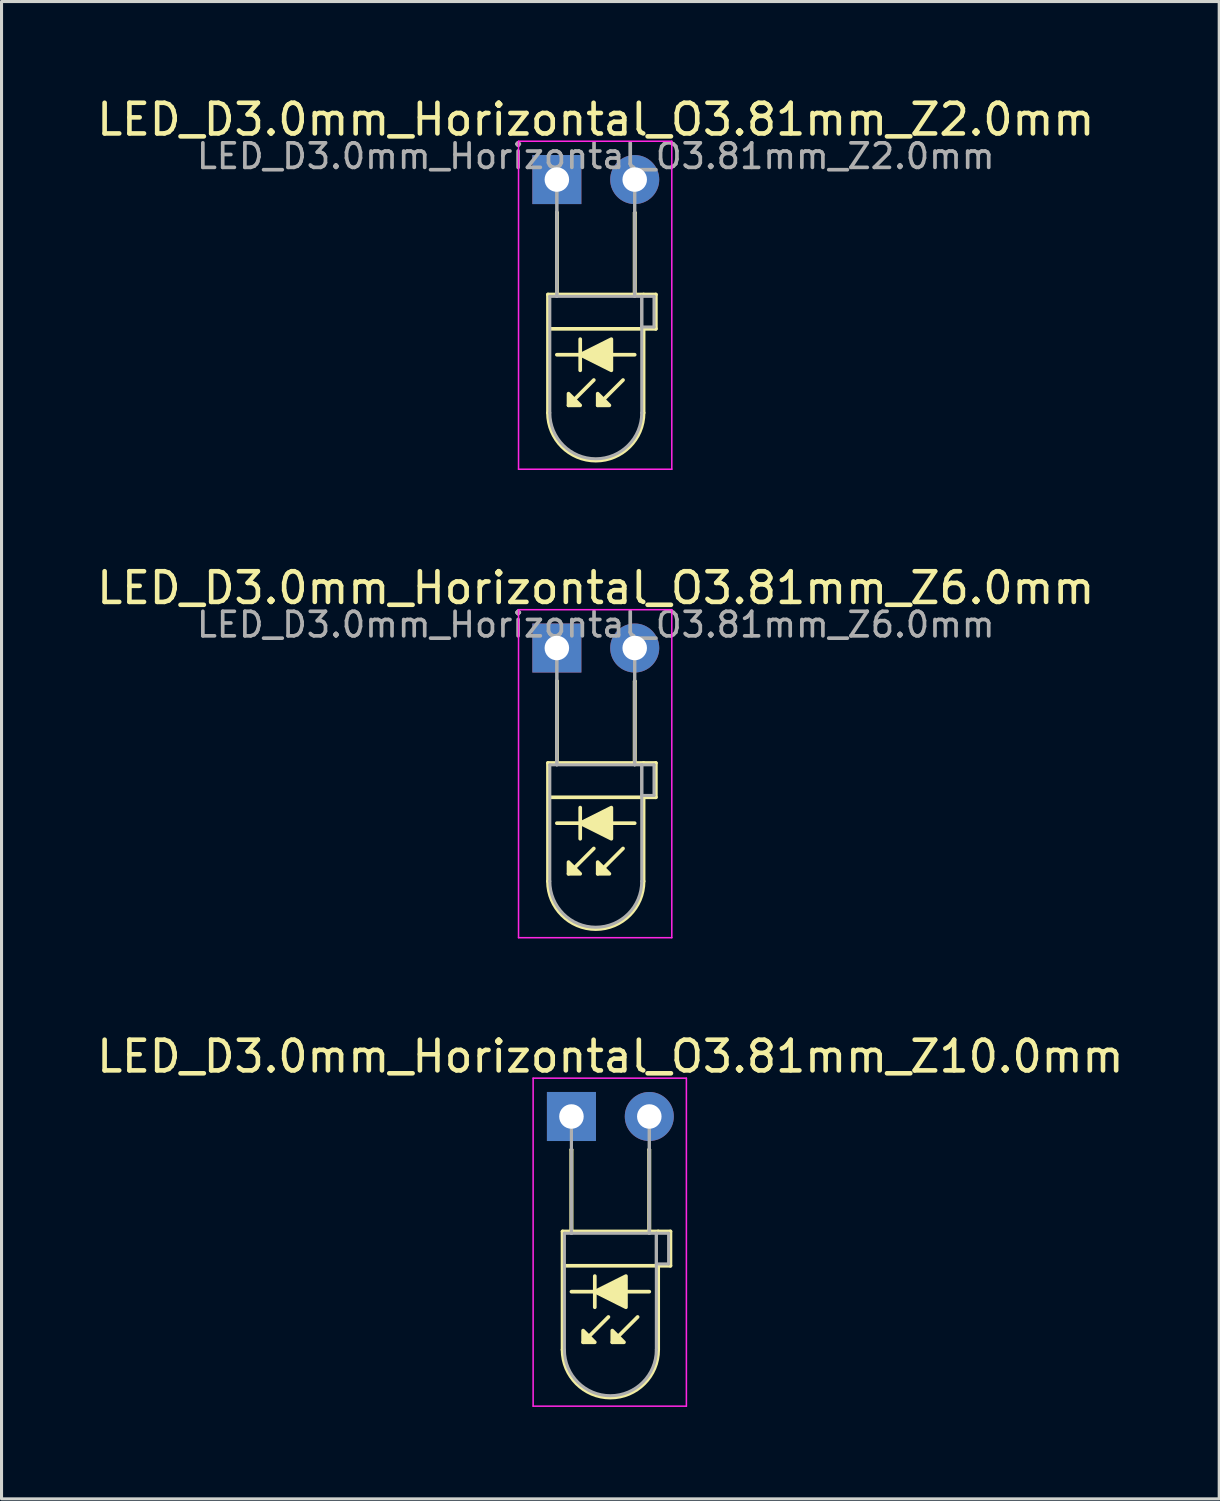
<source format=kicad_pcb>
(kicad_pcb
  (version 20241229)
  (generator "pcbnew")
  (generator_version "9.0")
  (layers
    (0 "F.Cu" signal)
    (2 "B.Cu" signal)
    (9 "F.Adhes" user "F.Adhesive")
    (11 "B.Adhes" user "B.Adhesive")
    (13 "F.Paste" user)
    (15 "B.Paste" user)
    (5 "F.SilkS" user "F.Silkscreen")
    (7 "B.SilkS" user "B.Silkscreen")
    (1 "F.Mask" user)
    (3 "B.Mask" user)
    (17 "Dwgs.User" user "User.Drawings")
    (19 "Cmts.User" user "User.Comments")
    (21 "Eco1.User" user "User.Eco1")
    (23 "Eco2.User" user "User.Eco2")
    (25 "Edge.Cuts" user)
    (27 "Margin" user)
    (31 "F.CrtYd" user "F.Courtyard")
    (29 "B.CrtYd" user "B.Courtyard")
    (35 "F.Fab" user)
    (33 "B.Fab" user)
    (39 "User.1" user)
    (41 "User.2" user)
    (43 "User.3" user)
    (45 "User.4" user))
  (footprint "LED_D3.0mm_Horizontal_O3.81mm_Z2.0mm"
    (layer "F.Cu")
    (at 15.117 2.808)
    (property "Reference" "LED_D3.0mm_Horizontal_O3.81mm_Z2.0mm" (at 1.27 -1.96 0) (layer "F.SilkS") (effects (font (size 1 1) (thickness 0.15))))
    (fp_line (start -0.29 3.75) (end -0.29 7.61) (stroke (width 0.12) (type solid)) (layer "F.SilkS"))
    (fp_line (start -0.29 3.75) (end 2.83 3.75) (stroke (width 0.12) (type solid)) (layer "F.SilkS"))
    (fp_line (start 0 1.08) (end 0 1.08) (stroke (width 0.12) (type solid)) (layer "F.SilkS"))
    (fp_line (start 0 1.08) (end 0 3.75) (stroke (width 0.12) (type solid)) (layer "F.SilkS"))
    (fp_line (start 0 3.75) (end 0 1.08) (stroke (width 0.12) (type solid)) (layer "F.SilkS"))
    (fp_line (start 0 3.75) (end 0 3.75) (stroke (width 0.12) (type solid)) (layer "F.SilkS"))
    (fp_line (start 0.762 5.207) (end 0.762 6.223) (stroke (width 0.12) (type solid)) (layer "F.SilkS"))
    (fp_line (start 1.206 6.54) (end 0.381 7.366) (stroke (width 0.12) (type solid)) (layer "F.SilkS"))
    (fp_line (start 2.159 6.54) (end 1.333 7.366) (stroke (width 0.12) (type solid)) (layer "F.SilkS"))
    (fp_line (start 2.54 1.08) (end 2.54 1.08) (stroke (width 0.12) (type solid)) (layer "F.SilkS"))
    (fp_line (start 2.54 1.08) (end 2.54 3.75) (stroke (width 0.12) (type solid)) (layer "F.SilkS"))
    (fp_line (start 2.54 3.75) (end 2.54 1.08) (stroke (width 0.12) (type solid)) (layer "F.SilkS"))
    (fp_line (start 2.54 3.75) (end 2.54 3.75) (stroke (width 0.12) (type solid)) (layer "F.SilkS"))
    (fp_line (start 2.54 5.715) (end 0 5.715) (stroke (width 0.12) (type solid)) (layer "F.SilkS"))
    (fp_line (start 2.83 3.75) (end 3.23 3.75) (stroke (width 0.12) (type solid)) (layer "F.SilkS"))
    (fp_line (start 2.83 4.87) (end 2.83 7.61) (stroke (width 0.12) (type solid)) (layer "F.SilkS"))
    (fp_line (start 3.23 3.75) (end 3.23 4.87) (stroke (width 0.12) (type solid)) (layer "F.SilkS"))
    (fp_line (start 3.23 4.87) (end -0.254 4.87) (stroke (width 0.12) (type solid)) (layer "F.SilkS"))
    (fp_arc (start 2.83 7.61) (mid 1.27 9.17) (end -0.29 7.61) (stroke (width 0.12) (type solid)) (layer "F.SilkS"))
    (fp_poly (pts (xy 0.381 6.985) (xy 0.762 7.366) (xy 0.381 7.366)) (stroke (width 0.12) (type solid)) (fill yes) (layer "F.SilkS"))
    (fp_poly (pts (xy 1.333 6.985) (xy 1.714 7.366) (xy 1.333 7.366)) (stroke (width 0.12) (type solid)) (fill yes) (layer "F.SilkS"))
    (fp_poly (pts (xy 1.778 6.223) (xy 0.762 5.715) (xy 1.778 5.207)) (stroke (width 0.12) (type solid)) (fill yes) (layer "F.SilkS"))
    (fp_line (start -1.25 -1.25) (end -1.25 9.45) (stroke (width 0.05) (type solid)) (layer "F.CrtYd"))
    (fp_line (start -1.25 9.45) (end 3.75 9.45) (stroke (width 0.05) (type solid)) (layer "F.CrtYd"))
    (fp_line (start 3.75 -1.25) (end -1.25 -1.25) (stroke (width 0.05) (type solid)) (layer "F.CrtYd"))
    (fp_line (start 3.75 9.45) (end 3.75 -1.25) (stroke (width 0.05) (type solid)) (layer "F.CrtYd"))
    (fp_line (start -0.23 3.81) (end -0.23 7.61) (stroke (width 0.1) (type solid)) (layer "F.Fab"))
    (fp_line (start -0.23 3.81) (end 2.77 3.81) (stroke (width 0.1) (type solid)) (layer "F.Fab"))
    (fp_line (start 0 0) (end 0 0) (stroke (width 0.1) (type solid)) (layer "F.Fab"))
    (fp_line (start 0 0) (end 0 3.81) (stroke (width 0.1) (type solid)) (layer "F.Fab"))
    (fp_line (start 0 3.81) (end 0 0) (stroke (width 0.1) (type solid)) (layer "F.Fab"))
    (fp_line (start 0 3.81) (end 0 3.81) (stroke (width 0.1) (type solid)) (layer "F.Fab"))
    (fp_line (start 2.54 0) (end 2.54 0) (stroke (width 0.1) (type solid)) (layer "F.Fab"))
    (fp_line (start 2.54 0) (end 2.54 3.81) (stroke (width 0.1) (type solid)) (layer "F.Fab"))
    (fp_line (start 2.54 3.81) (end 2.54 0) (stroke (width 0.1) (type solid)) (layer "F.Fab"))
    (fp_line (start 2.54 3.81) (end 2.54 3.81) (stroke (width 0.1) (type solid)) (layer "F.Fab"))
    (fp_line (start 2.77 3.81) (end 2.77 7.61) (stroke (width 0.1) (type solid)) (layer "F.Fab"))
    (fp_line (start 2.77 3.81) (end 3.17 3.81) (stroke (width 0.1) (type solid)) (layer "F.Fab"))
    (fp_line (start 2.77 4.81) (end 2.77 3.81) (stroke (width 0.1) (type solid)) (layer "F.Fab"))
    (fp_line (start 3.17 3.81) (end 3.17 4.81) (stroke (width 0.1) (type solid)) (layer "F.Fab"))
    (fp_line (start 3.17 4.81) (end 2.77 4.81) (stroke (width 0.1) (type solid)) (layer "F.Fab"))
    (fp_arc (start 2.77 7.61) (mid 1.27 9.11) (end -0.23 7.61) (stroke (width 0.1) (type solid)) (layer "F.Fab"))
    (fp_text user "${REFERENCE}" (at 1.27 -0.762 0) (layer "F.Fab") (effects (font (size 0.8 0.8) (thickness 0.12))))
    (pad "1" thru_hole rect (at 0 0) (size 1.6 1.6) (drill 0.8) (layers "*.Cu" "*.Mask"))
    (pad "2" thru_hole circle (at 2.54 0) (size 1.6 1.6) (drill 0.8) (layers "*.Cu" "*.Mask")))
  (footprint "LED_D3.0mm_Horizontal_O3.81mm_Z6.0mm"
    (layer "F.Cu")
    (at 15.117 18.091)
    (property "Reference" "LED_D3.0mm_Horizontal_O3.81mm_Z6.0mm" (at 1.27 -1.96 0) (layer "F.SilkS") (effects (font (size 1 1) (thickness 0.15))))
    (fp_line (start -0.29 3.75) (end -0.29 7.61) (stroke (width 0.12) (type solid)) (layer "F.SilkS"))
    (fp_line (start -0.29 3.75) (end 2.83 3.75) (stroke (width 0.12) (type solid)) (layer "F.SilkS"))
    (fp_line (start 0 1.08) (end 0 1.08) (stroke (width 0.12) (type solid)) (layer "F.SilkS"))
    (fp_line (start 0 1.08) (end 0 3.75) (stroke (width 0.12) (type solid)) (layer "F.SilkS"))
    (fp_line (start 0 3.75) (end 0 1.08) (stroke (width 0.12) (type solid)) (layer "F.SilkS"))
    (fp_line (start 0 3.75) (end 0 3.75) (stroke (width 0.12) (type solid)) (layer "F.SilkS"))
    (fp_line (start 0.762 5.207) (end 0.762 6.223) (stroke (width 0.12) (type solid)) (layer "F.SilkS"))
    (fp_line (start 1.206 6.54) (end 0.381 7.366) (stroke (width 0.12) (type solid)) (layer "F.SilkS"))
    (fp_line (start 2.159 6.54) (end 1.333 7.366) (stroke (width 0.12) (type solid)) (layer "F.SilkS"))
    (fp_line (start 2.54 1.08) (end 2.54 1.08) (stroke (width 0.12) (type solid)) (layer "F.SilkS"))
    (fp_line (start 2.54 1.08) (end 2.54 3.75) (stroke (width 0.12) (type solid)) (layer "F.SilkS"))
    (fp_line (start 2.54 3.75) (end 2.54 1.08) (stroke (width 0.12) (type solid)) (layer "F.SilkS"))
    (fp_line (start 2.54 3.75) (end 2.54 3.75) (stroke (width 0.12) (type solid)) (layer "F.SilkS"))
    (fp_line (start 2.54 5.715) (end 0 5.715) (stroke (width 0.12) (type solid)) (layer "F.SilkS"))
    (fp_line (start 2.83 3.75) (end 3.23 3.75) (stroke (width 0.12) (type solid)) (layer "F.SilkS"))
    (fp_line (start 2.83 4.87) (end 2.83 7.61) (stroke (width 0.12) (type solid)) (layer "F.SilkS"))
    (fp_line (start 3.23 3.75) (end 3.23 4.87) (stroke (width 0.12) (type solid)) (layer "F.SilkS"))
    (fp_line (start 3.23 4.87) (end -0.254 4.87) (stroke (width 0.12) (type solid)) (layer "F.SilkS"))
    (fp_arc (start 2.83 7.61) (mid 1.27 9.17) (end -0.29 7.61) (stroke (width 0.12) (type solid)) (layer "F.SilkS"))
    (fp_poly (pts (xy 0.381 6.985) (xy 0.762 7.366) (xy 0.381 7.366)) (stroke (width 0.12) (type solid)) (fill yes) (layer "F.SilkS"))
    (fp_poly (pts (xy 1.333 6.985) (xy 1.714 7.366) (xy 1.333 7.366)) (stroke (width 0.12) (type solid)) (fill yes) (layer "F.SilkS"))
    (fp_poly (pts (xy 1.778 6.223) (xy 0.762 5.715) (xy 1.778 5.207)) (stroke (width 0.12) (type solid)) (fill yes) (layer "F.SilkS"))
    (fp_line (start -1.25 -1.25) (end -1.25 9.45) (stroke (width 0.05) (type solid)) (layer "F.CrtYd"))
    (fp_line (start -1.25 9.45) (end 3.75 9.45) (stroke (width 0.05) (type solid)) (layer "F.CrtYd"))
    (fp_line (start 3.75 -1.25) (end -1.25 -1.25) (stroke (width 0.05) (type solid)) (layer "F.CrtYd"))
    (fp_line (start 3.75 9.45) (end 3.75 -1.25) (stroke (width 0.05) (type solid)) (layer "F.CrtYd"))
    (fp_line (start -0.23 3.81) (end -0.23 7.61) (stroke (width 0.1) (type solid)) (layer "F.Fab"))
    (fp_line (start -0.23 3.81) (end 2.77 3.81) (stroke (width 0.1) (type solid)) (layer "F.Fab"))
    (fp_line (start 0 0) (end 0 0) (stroke (width 0.1) (type solid)) (layer "F.Fab"))
    (fp_line (start 0 0) (end 0 3.81) (stroke (width 0.1) (type solid)) (layer "F.Fab"))
    (fp_line (start 0 3.81) (end 0 0) (stroke (width 0.1) (type solid)) (layer "F.Fab"))
    (fp_line (start 0 3.81) (end 0 3.81) (stroke (width 0.1) (type solid)) (layer "F.Fab"))
    (fp_line (start 2.54 0) (end 2.54 0) (stroke (width 0.1) (type solid)) (layer "F.Fab"))
    (fp_line (start 2.54 0) (end 2.54 3.81) (stroke (width 0.1) (type solid)) (layer "F.Fab"))
    (fp_line (start 2.54 3.81) (end 2.54 0) (stroke (width 0.1) (type solid)) (layer "F.Fab"))
    (fp_line (start 2.54 3.81) (end 2.54 3.81) (stroke (width 0.1) (type solid)) (layer "F.Fab"))
    (fp_line (start 2.77 3.81) (end 2.77 7.61) (stroke (width 0.1) (type solid)) (layer "F.Fab"))
    (fp_line (start 2.77 3.81) (end 3.17 3.81) (stroke (width 0.1) (type solid)) (layer "F.Fab"))
    (fp_line (start 2.77 4.81) (end 2.77 3.81) (stroke (width 0.1) (type solid)) (layer "F.Fab"))
    (fp_line (start 3.17 3.81) (end 3.17 4.81) (stroke (width 0.1) (type solid)) (layer "F.Fab"))
    (fp_line (start 3.17 4.81) (end 2.77 4.81) (stroke (width 0.1) (type solid)) (layer "F.Fab"))
    (fp_arc (start 2.77 7.61) (mid 1.27 9.11) (end -0.23 7.61) (stroke (width 0.1) (type solid)) (layer "F.Fab"))
    (fp_text user "${REFERENCE}" (at 1.27 -0.762 0) (layer "F.Fab") (effects (font (size 0.8 0.8) (thickness 0.12))))
    (pad "1" thru_hole rect (at 0 0) (size 1.6 1.6) (drill 0.8) (layers "*.Cu" "*.Mask"))
    (pad "2" thru_hole circle (at 2.54 0) (size 1.6 1.6) (drill 0.8) (layers "*.Cu" "*.Mask")))
  (footprint "LED_D3.0mm_Horizontal_O3.81mm_Z10.0mm"
    (layer "F.Cu")
    (at 15.593 33.375)
    (property "Reference" "LED_D3.0mm_Horizontal_O3.81mm_Z10.0mm" (at 1.27 -1.96 0) (layer "F.SilkS") (effects (font (size 1 1) (thickness 0.15))))
    (fp_line (start -0.29 3.75) (end -0.29 7.61) (stroke (width 0.12) (type solid)) (layer "F.SilkS"))
    (fp_line (start -0.29 3.75) (end 2.83 3.75) (stroke (width 0.12) (type solid)) (layer "F.SilkS"))
    (fp_line (start 0 1.08) (end 0 1.08) (stroke (width 0.12) (type solid)) (layer "F.SilkS"))
    (fp_line (start 0 1.08) (end 0 3.75) (stroke (width 0.12) (type solid)) (layer "F.SilkS"))
    (fp_line (start 0 3.75) (end 0 1.08) (stroke (width 0.12) (type solid)) (layer "F.SilkS"))
    (fp_line (start 0 3.75) (end 0 3.75) (stroke (width 0.12) (type solid)) (layer "F.SilkS"))
    (fp_line (start 0.762 5.207) (end 0.762 6.223) (stroke (width 0.12) (type solid)) (layer "F.SilkS"))
    (fp_line (start 1.206 6.54) (end 0.381 7.366) (stroke (width 0.12) (type solid)) (layer "F.SilkS"))
    (fp_line (start 2.159 6.54) (end 1.333 7.366) (stroke (width 0.12) (type solid)) (layer "F.SilkS"))
    (fp_line (start 2.54 1.08) (end 2.54 1.08) (stroke (width 0.12) (type solid)) (layer "F.SilkS"))
    (fp_line (start 2.54 1.08) (end 2.54 3.75) (stroke (width 0.12) (type solid)) (layer "F.SilkS"))
    (fp_line (start 2.54 3.75) (end 2.54 1.08) (stroke (width 0.12) (type solid)) (layer "F.SilkS"))
    (fp_line (start 2.54 3.75) (end 2.54 3.75) (stroke (width 0.12) (type solid)) (layer "F.SilkS"))
    (fp_line (start 2.54 5.715) (end 0 5.715) (stroke (width 0.12) (type solid)) (layer "F.SilkS"))
    (fp_line (start 2.83 3.75) (end 3.23 3.75) (stroke (width 0.12) (type solid)) (layer "F.SilkS"))
    (fp_line (start 2.83 4.87) (end 2.83 7.61) (stroke (width 0.12) (type solid)) (layer "F.SilkS"))
    (fp_line (start 3.23 3.75) (end 3.23 4.87) (stroke (width 0.12) (type solid)) (layer "F.SilkS"))
    (fp_line (start 3.23 4.87) (end -0.254 4.87) (stroke (width 0.12) (type solid)) (layer "F.SilkS"))
    (fp_arc (start 2.83 7.61) (mid 1.27 9.17) (end -0.29 7.61) (stroke (width 0.12) (type solid)) (layer "F.SilkS"))
    (fp_poly (pts (xy 0.381 6.985) (xy 0.762 7.366) (xy 0.381 7.366)) (stroke (width 0.12) (type solid)) (fill yes) (layer "F.SilkS"))
    (fp_poly (pts (xy 1.333 6.985) (xy 1.714 7.366) (xy 1.333 7.366)) (stroke (width 0.12) (type solid)) (fill yes) (layer "F.SilkS"))
    (fp_poly (pts (xy 1.778 6.223) (xy 0.762 5.715) (xy 1.778 5.207)) (stroke (width 0.12) (type solid)) (fill yes) (layer "F.SilkS"))
    (fp_line (start -1.25 -1.25) (end -1.25 9.45) (stroke (width 0.05) (type solid)) (layer "F.CrtYd"))
    (fp_line (start -1.25 9.45) (end 3.75 9.45) (stroke (width 0.05) (type solid)) (layer "F.CrtYd"))
    (fp_line (start 3.75 -1.25) (end -1.25 -1.25) (stroke (width 0.05) (type solid)) (layer "F.CrtYd"))
    (fp_line (start 3.75 9.45) (end 3.75 -1.25) (stroke (width 0.05) (type solid)) (layer "F.CrtYd"))
    (fp_line (start -0.23 3.81) (end -0.23 7.61) (stroke (width 0.1) (type solid)) (layer "F.Fab"))
    (fp_line (start -0.23 3.81) (end 2.77 3.81) (stroke (width 0.1) (type solid)) (layer "F.Fab"))
    (fp_line (start 0 0) (end 0 0) (stroke (width 0.1) (type solid)) (layer "F.Fab"))
    (fp_line (start 0 0) (end 0 3.81) (stroke (width 0.1) (type solid)) (layer "F.Fab"))
    (fp_line (start 0 3.81) (end 0 0) (stroke (width 0.1) (type solid)) (layer "F.Fab"))
    (fp_line (start 0 3.81) (end 0 3.81) (stroke (width 0.1) (type solid)) (layer "F.Fab"))
    (fp_line (start 2.54 0) (end 2.54 0) (stroke (width 0.1) (type solid)) (layer "F.Fab"))
    (fp_line (start 2.54 0) (end 2.54 3.81) (stroke (width 0.1) (type solid)) (layer "F.Fab"))
    (fp_line (start 2.54 3.81) (end 2.54 0) (stroke (width 0.1) (type solid)) (layer "F.Fab"))
    (fp_line (start 2.54 3.81) (end 2.54 3.81) (stroke (width 0.1) (type solid)) (layer "F.Fab"))
    (fp_line (start 2.77 3.81) (end 2.77 7.61) (stroke (width 0.1) (type solid)) (layer "F.Fab"))
    (fp_line (start 2.77 3.81) (end 3.17 3.81) (stroke (width 0.1) (type solid)) (layer "F.Fab"))
    (fp_line (start 2.77 4.81) (end 2.77 3.81) (stroke (width 0.1) (type solid)) (layer "F.Fab"))
    (fp_line (start 3.17 3.81) (end 3.17 4.81) (stroke (width 0.1) (type solid)) (layer "F.Fab"))
    (fp_line (start 3.17 4.81) (end 2.77 4.81) (stroke (width 0.1) (type solid)) (layer "F.Fab"))
    (fp_arc (start 2.77 7.61) (mid 1.27 9.11) (end -0.23 7.61) (stroke (width 0.1) (type solid)) (layer "F.Fab"))
    (pad "1" thru_hole rect (at 0 0) (size 1.6 1.6) (drill 0.8) (layers "*.Cu" "*.Mask"))
    (pad "2" thru_hole circle (at 2.54 0) (size 1.6 1.6) (drill 0.8) (layers "*.Cu" "*.Mask")))
  (gr_rect
    (start -3 -3)
    (end 36.726 45.85)
    (stroke (width 0.1) (type default))
    (fill no)
    (layer "Edge.Cuts")))
</source>
